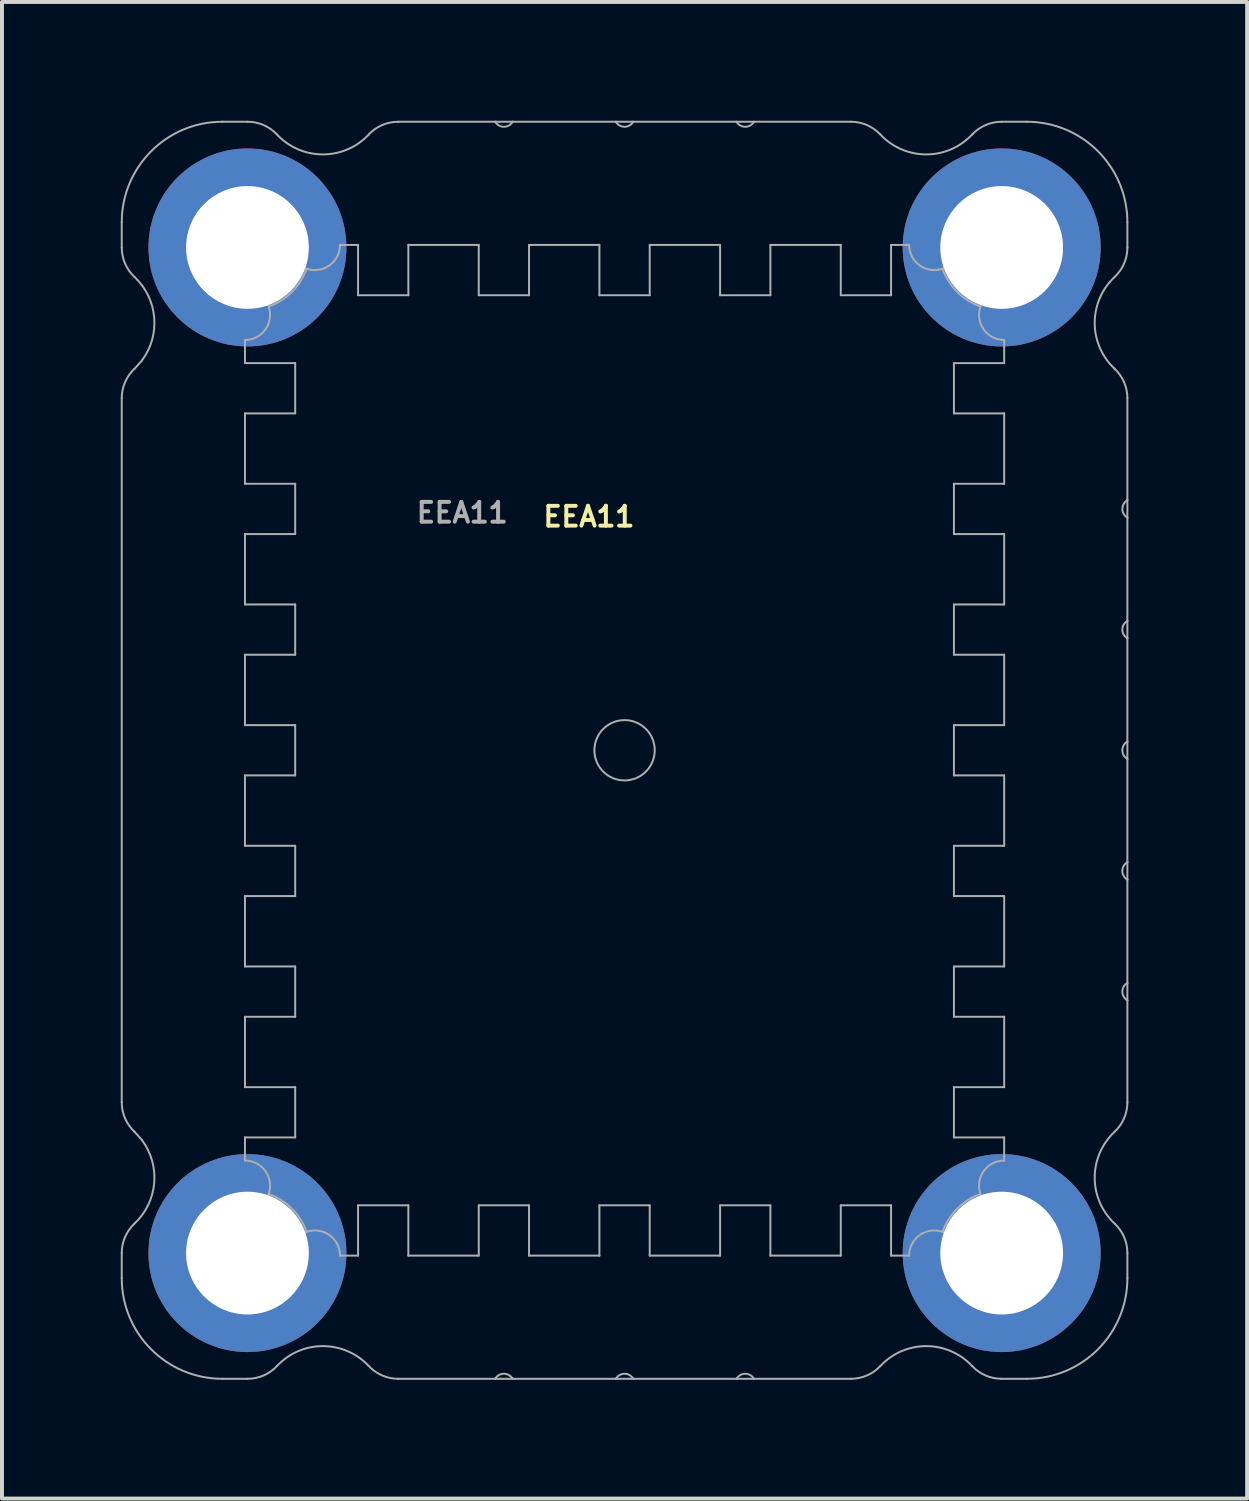
<source format=kicad_pcb>
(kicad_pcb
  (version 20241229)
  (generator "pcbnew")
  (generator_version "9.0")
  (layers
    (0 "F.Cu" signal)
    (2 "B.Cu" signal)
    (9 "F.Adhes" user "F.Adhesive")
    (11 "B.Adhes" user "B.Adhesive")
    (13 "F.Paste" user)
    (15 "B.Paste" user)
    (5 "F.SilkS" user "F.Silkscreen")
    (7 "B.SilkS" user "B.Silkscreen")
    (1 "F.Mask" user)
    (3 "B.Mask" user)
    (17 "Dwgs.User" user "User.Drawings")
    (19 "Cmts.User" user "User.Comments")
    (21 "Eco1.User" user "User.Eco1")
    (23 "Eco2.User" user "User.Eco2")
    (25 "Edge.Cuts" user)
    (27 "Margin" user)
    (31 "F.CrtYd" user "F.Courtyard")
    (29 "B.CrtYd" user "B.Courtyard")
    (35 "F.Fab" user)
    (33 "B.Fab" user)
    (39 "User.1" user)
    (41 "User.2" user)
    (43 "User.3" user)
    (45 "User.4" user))
  (footprint "EEA11"
    (layer "F.Cu")
    (at 12.725 15.9)
    (property "Reference" "EEA11" (at -0.9 -5.9 0) (layer "F.SilkS") (effects (font (size 0.5 0.5) (thickness 0.1))))
    (attr through_hole)
    (fp_line (start -12.7 -13.335) (end -12.7 -12.697) (stroke (width 0.05) (type solid)) (layer "F.Fab"))
    (fp_line (start -12.7 8.893) (end -12.7 -8.893) (stroke (width 0.05) (type solid)) (layer "F.Fab"))
    (fp_line (start -12.7 12.697) (end -12.7 13.335) (stroke (width 0.05) (type solid)) (layer "F.Fab"))
    (fp_line (start -12.378 9.635) (end -12.192 9.842) (stroke (width 0.05) (type solid)) (layer "F.Fab"))
    (fp_line (start -12.192 -9.842) (end -12.378 -9.635) (stroke (width 0.05) (type solid)) (layer "F.Fab"))
    (fp_line (start -10.16 15.875) (end -9.522 15.875) (stroke (width 0.05) (type solid)) (layer "F.Fab"))
    (fp_line (start -9.588 -10.363) (end -9.588 -9.779) (stroke (width 0.05) (type solid)) (layer "F.Fab"))
    (fp_line (start -9.588 -9.779) (end -8.319 -9.779) (stroke (width 0.05) (type solid)) (layer "F.Fab"))
    (fp_line (start -9.588 -8.509) (end -9.588 -6.731) (stroke (width 0.05) (type solid)) (layer "F.Fab"))
    (fp_line (start -9.588 -6.731) (end -8.319 -6.731) (stroke (width 0.05) (type solid)) (layer "F.Fab"))
    (fp_line (start -9.588 -5.461) (end -9.588 -3.683) (stroke (width 0.05) (type solid)) (layer "F.Fab"))
    (fp_line (start -9.588 -3.683) (end -8.319 -3.683) (stroke (width 0.05) (type solid)) (layer "F.Fab"))
    (fp_line (start -9.588 -2.413) (end -9.588 -0.635) (stroke (width 0.05) (type solid)) (layer "F.Fab"))
    (fp_line (start -9.588 -0.635) (end -8.319 -0.635) (stroke (width 0.05) (type solid)) (layer "F.Fab"))
    (fp_line (start -9.588 0.635) (end -9.588 2.413) (stroke (width 0.05) (type solid)) (layer "F.Fab"))
    (fp_line (start -9.588 2.413) (end -8.319 2.413) (stroke (width 0.05) (type solid)) (layer "F.Fab"))
    (fp_line (start -9.588 3.683) (end -9.588 5.461) (stroke (width 0.05) (type solid)) (layer "F.Fab"))
    (fp_line (start -9.588 5.461) (end -8.319 5.461) (stroke (width 0.05) (type solid)) (layer "F.Fab"))
    (fp_line (start -9.588 6.731) (end -9.588 8.509) (stroke (width 0.05) (type solid)) (layer "F.Fab"))
    (fp_line (start -9.588 8.509) (end -8.319 8.509) (stroke (width 0.05) (type solid)) (layer "F.Fab"))
    (fp_line (start -9.588 9.779) (end -9.588 10.363) (stroke (width 0.05) (type solid)) (layer "F.Fab"))
    (fp_line (start -9.522 -15.875) (end -10.16 -15.875) (stroke (width 0.05) (type solid)) (layer "F.Fab"))
    (fp_line (start -9.144 -11.519) (end -9.224 -11.503) (stroke (width 0.05) (type solid)) (layer "F.Fab"))
    (fp_line (start -8.319 -9.779) (end -8.319 -8.509) (stroke (width 0.05) (type solid)) (layer "F.Fab"))
    (fp_line (start -8.319 -8.509) (end -9.588 -8.509) (stroke (width 0.05) (type solid)) (layer "F.Fab"))
    (fp_line (start -8.319 -6.731) (end -8.319 -5.461) (stroke (width 0.05) (type solid)) (layer "F.Fab"))
    (fp_line (start -8.319 -5.461) (end -9.588 -5.461) (stroke (width 0.05) (type solid)) (layer "F.Fab"))
    (fp_line (start -8.319 -3.683) (end -8.319 -2.413) (stroke (width 0.05) (type solid)) (layer "F.Fab"))
    (fp_line (start -8.319 -2.413) (end -9.588 -2.413) (stroke (width 0.05) (type solid)) (layer "F.Fab"))
    (fp_line (start -8.319 -0.635) (end -8.319 0.635) (stroke (width 0.05) (type solid)) (layer "F.Fab"))
    (fp_line (start -8.319 0.635) (end -9.588 0.635) (stroke (width 0.05) (type solid)) (layer "F.Fab"))
    (fp_line (start -8.319 2.413) (end -8.319 3.683) (stroke (width 0.05) (type solid)) (layer "F.Fab"))
    (fp_line (start -8.319 3.683) (end -9.588 3.683) (stroke (width 0.05) (type solid)) (layer "F.Fab"))
    (fp_line (start -8.319 5.461) (end -8.319 6.731) (stroke (width 0.05) (type solid)) (layer "F.Fab"))
    (fp_line (start -8.319 6.731) (end -9.588 6.731) (stroke (width 0.05) (type solid)) (layer "F.Fab"))
    (fp_line (start -8.319 8.509) (end -8.319 9.779) (stroke (width 0.05) (type solid)) (layer "F.Fab"))
    (fp_line (start -8.319 9.779) (end -9.588 9.779) (stroke (width 0.05) (type solid)) (layer "F.Fab"))
    (fp_line (start -7.188 12.764) (end -6.731 12.764) (stroke (width 0.05) (type solid)) (layer "F.Fab"))
    (fp_line (start -6.731 -12.764) (end -7.188 -12.764) (stroke (width 0.05) (type solid)) (layer "F.Fab"))
    (fp_line (start -6.731 -11.493) (end -6.731 -12.764) (stroke (width 0.05) (type solid)) (layer "F.Fab"))
    (fp_line (start -6.731 11.493) (end -5.461 11.493) (stroke (width 0.05) (type solid)) (layer "F.Fab"))
    (fp_line (start -6.731 12.764) (end -6.731 11.493) (stroke (width 0.05) (type solid)) (layer "F.Fab"))
    (fp_line (start -5.718 15.875) (end -3.268 15.875) (stroke (width 0.05) (type solid)) (layer "F.Fab"))
    (fp_line (start -5.461 -12.764) (end -5.461 -11.493) (stroke (width 0.05) (type solid)) (layer "F.Fab"))
    (fp_line (start -5.461 -11.493) (end -6.731 -11.493) (stroke (width 0.05) (type solid)) (layer "F.Fab"))
    (fp_line (start -5.461 11.493) (end -5.461 12.764) (stroke (width 0.05) (type solid)) (layer "F.Fab"))
    (fp_line (start -5.461 12.764) (end -3.683 12.764) (stroke (width 0.05) (type solid)) (layer "F.Fab"))
    (fp_line (start -3.683 -12.764) (end -5.461 -12.764) (stroke (width 0.05) (type solid)) (layer "F.Fab"))
    (fp_line (start -3.683 -11.493) (end -3.683 -12.764) (stroke (width 0.05) (type solid)) (layer "F.Fab"))
    (fp_line (start -3.683 11.493) (end -2.413 11.493) (stroke (width 0.05) (type solid)) (layer "F.Fab"))
    (fp_line (start -3.683 12.764) (end -3.683 11.493) (stroke (width 0.05) (type solid)) (layer "F.Fab"))
    (fp_line (start -3.268 -15.875) (end -5.718 -15.875) (stroke (width 0.05) (type solid)) (layer "F.Fab"))
    (fp_line (start -3.268 -15.875) (end -2.828 -15.875) (stroke (width 0.05) (type solid)) (layer "F.Fab"))
    (fp_line (start -2.828 15.875) (end -3.268 15.875) (stroke (width 0.05) (type solid)) (layer "F.Fab"))
    (fp_line (start -2.828 15.875) (end -0.22 15.875) (stroke (width 0.05) (type solid)) (layer "F.Fab"))
    (fp_line (start -2.413 -12.764) (end -2.413 -11.493) (stroke (width 0.05) (type solid)) (layer "F.Fab"))
    (fp_line (start -2.413 -11.493) (end -3.683 -11.493) (stroke (width 0.05) (type solid)) (layer "F.Fab"))
    (fp_line (start -2.413 11.493) (end -2.413 12.764) (stroke (width 0.05) (type solid)) (layer "F.Fab"))
    (fp_line (start -2.413 12.764) (end -0.635 12.764) (stroke (width 0.05) (type solid)) (layer "F.Fab"))
    (fp_line (start -0.635 -12.764) (end -2.413 -12.764) (stroke (width 0.05) (type solid)) (layer "F.Fab"))
    (fp_line (start -0.635 -11.493) (end -0.635 -12.764) (stroke (width 0.05) (type solid)) (layer "F.Fab"))
    (fp_line (start -0.635 11.493) (end 0.635 11.493) (stroke (width 0.05) (type solid)) (layer "F.Fab"))
    (fp_line (start -0.635 12.764) (end -0.635 11.493) (stroke (width 0.05) (type solid)) (layer "F.Fab"))
    (fp_line (start -0.22 -15.875) (end -2.828 -15.875) (stroke (width 0.05) (type solid)) (layer "F.Fab"))
    (fp_line (start -0.22 -15.875) (end 0.22 -15.875) (stroke (width 0.05) (type solid)) (layer "F.Fab"))
    (fp_line (start 0.22 15.875) (end -0.22 15.875) (stroke (width 0.05) (type solid)) (layer "F.Fab"))
    (fp_line (start 0.22 15.875) (end 2.828 15.875) (stroke (width 0.05) (type solid)) (layer "F.Fab"))
    (fp_line (start 0.635 -12.764) (end 0.635 -11.493) (stroke (width 0.05) (type solid)) (layer "F.Fab"))
    (fp_line (start 0.635 -11.493) (end -0.635 -11.493) (stroke (width 0.05) (type solid)) (layer "F.Fab"))
    (fp_line (start 0.635 11.493) (end 0.635 12.764) (stroke (width 0.05) (type solid)) (layer "F.Fab"))
    (fp_line (start 0.635 12.764) (end 2.413 12.764) (stroke (width 0.05) (type solid)) (layer "F.Fab"))
    (fp_line (start 2.413 -12.764) (end 0.635 -12.764) (stroke (width 0.05) (type solid)) (layer "F.Fab"))
    (fp_line (start 2.413 -11.493) (end 2.413 -12.764) (stroke (width 0.05) (type solid)) (layer "F.Fab"))
    (fp_line (start 2.413 11.493) (end 3.683 11.493) (stroke (width 0.05) (type solid)) (layer "F.Fab"))
    (fp_line (start 2.413 12.764) (end 2.413 11.493) (stroke (width 0.05) (type solid)) (layer "F.Fab"))
    (fp_line (start 2.828 -15.875) (end 0.22 -15.875) (stroke (width 0.05) (type solid)) (layer "F.Fab"))
    (fp_line (start 2.828 -15.875) (end 3.268 -15.875) (stroke (width 0.05) (type solid)) (layer "F.Fab"))
    (fp_line (start 3.268 15.875) (end 2.828 15.875) (stroke (width 0.05) (type solid)) (layer "F.Fab"))
    (fp_line (start 3.268 15.875) (end 5.718 15.875) (stroke (width 0.05) (type solid)) (layer "F.Fab"))
    (fp_line (start 3.683 -12.764) (end 3.683 -11.493) (stroke (width 0.05) (type solid)) (layer "F.Fab"))
    (fp_line (start 3.683 -11.493) (end 2.413 -11.493) (stroke (width 0.05) (type solid)) (layer "F.Fab"))
    (fp_line (start 3.683 11.493) (end 3.683 12.764) (stroke (width 0.05) (type solid)) (layer "F.Fab"))
    (fp_line (start 3.683 12.764) (end 5.461 12.764) (stroke (width 0.05) (type solid)) (layer "F.Fab"))
    (fp_line (start 5.461 -12.764) (end 3.683 -12.764) (stroke (width 0.05) (type solid)) (layer "F.Fab"))
    (fp_line (start 5.461 -11.493) (end 5.461 -12.764) (stroke (width 0.05) (type solid)) (layer "F.Fab"))
    (fp_line (start 5.461 11.493) (end 6.731 11.493) (stroke (width 0.05) (type solid)) (layer "F.Fab"))
    (fp_line (start 5.461 12.764) (end 5.461 11.493) (stroke (width 0.05) (type solid)) (layer "F.Fab"))
    (fp_line (start 5.718 -15.875) (end 3.268 -15.875) (stroke (width 0.05) (type solid)) (layer "F.Fab"))
    (fp_line (start 6.731 -12.764) (end 6.731 -11.493) (stroke (width 0.05) (type solid)) (layer "F.Fab"))
    (fp_line (start 6.731 -11.493) (end 5.461 -11.493) (stroke (width 0.05) (type solid)) (layer "F.Fab"))
    (fp_line (start 6.731 11.493) (end 6.731 12.764) (stroke (width 0.05) (type solid)) (layer "F.Fab"))
    (fp_line (start 6.731 12.764) (end 7.188 12.764) (stroke (width 0.05) (type solid)) (layer "F.Fab"))
    (fp_line (start 7.188 -12.764) (end 6.731 -12.764) (stroke (width 0.05) (type solid)) (layer "F.Fab"))
    (fp_line (start 8.319 -9.779) (end 9.588 -9.779) (stroke (width 0.05) (type solid)) (layer "F.Fab"))
    (fp_line (start 8.319 -8.509) (end 8.319 -9.779) (stroke (width 0.05) (type solid)) (layer "F.Fab"))
    (fp_line (start 8.319 -6.731) (end 9.588 -6.731) (stroke (width 0.05) (type solid)) (layer "F.Fab"))
    (fp_line (start 8.319 -5.461) (end 8.319 -6.731) (stroke (width 0.05) (type solid)) (layer "F.Fab"))
    (fp_line (start 8.319 -3.683) (end 9.588 -3.683) (stroke (width 0.05) (type solid)) (layer "F.Fab"))
    (fp_line (start 8.319 -2.413) (end 8.319 -3.683) (stroke (width 0.05) (type solid)) (layer "F.Fab"))
    (fp_line (start 8.319 -0.635) (end 9.588 -0.635) (stroke (width 0.05) (type solid)) (layer "F.Fab"))
    (fp_line (start 8.319 0.635) (end 8.319 -0.635) (stroke (width 0.05) (type solid)) (layer "F.Fab"))
    (fp_line (start 8.319 2.413) (end 9.588 2.413) (stroke (width 0.05) (type solid)) (layer "F.Fab"))
    (fp_line (start 8.319 3.683) (end 8.319 2.413) (stroke (width 0.05) (type solid)) (layer "F.Fab"))
    (fp_line (start 8.319 5.461) (end 9.588 5.461) (stroke (width 0.05) (type solid)) (layer "F.Fab"))
    (fp_line (start 8.319 6.731) (end 8.319 5.461) (stroke (width 0.05) (type solid)) (layer "F.Fab"))
    (fp_line (start 8.319 8.509) (end 9.588 8.509) (stroke (width 0.05) (type solid)) (layer "F.Fab"))
    (fp_line (start 8.319 9.779) (end 8.319 8.509) (stroke (width 0.05) (type solid)) (layer "F.Fab"))
    (fp_line (start 9.522 15.875) (end 10.16 15.875) (stroke (width 0.05) (type solid)) (layer "F.Fab"))
    (fp_line (start 9.588 -9.779) (end 9.588 -10.363) (stroke (width 0.05) (type solid)) (layer "F.Fab"))
    (fp_line (start 9.588 -8.509) (end 8.319 -8.509) (stroke (width 0.05) (type solid)) (layer "F.Fab"))
    (fp_line (start 9.588 -6.731) (end 9.588 -8.509) (stroke (width 0.05) (type solid)) (layer "F.Fab"))
    (fp_line (start 9.588 -5.461) (end 8.319 -5.461) (stroke (width 0.05) (type solid)) (layer "F.Fab"))
    (fp_line (start 9.588 -3.683) (end 9.588 -5.461) (stroke (width 0.05) (type solid)) (layer "F.Fab"))
    (fp_line (start 9.588 -2.413) (end 8.319 -2.413) (stroke (width 0.05) (type solid)) (layer "F.Fab"))
    (fp_line (start 9.588 -0.635) (end 9.588 -2.413) (stroke (width 0.05) (type solid)) (layer "F.Fab"))
    (fp_line (start 9.588 0.635) (end 8.319 0.635) (stroke (width 0.05) (type solid)) (layer "F.Fab"))
    (fp_line (start 9.588 2.413) (end 9.588 0.635) (stroke (width 0.05) (type solid)) (layer "F.Fab"))
    (fp_line (start 9.588 3.683) (end 8.319 3.683) (stroke (width 0.05) (type solid)) (layer "F.Fab"))
    (fp_line (start 9.588 5.461) (end 9.588 3.683) (stroke (width 0.05) (type solid)) (layer "F.Fab"))
    (fp_line (start 9.588 6.731) (end 8.319 6.731) (stroke (width 0.05) (type solid)) (layer "F.Fab"))
    (fp_line (start 9.588 8.509) (end 9.588 6.731) (stroke (width 0.05) (type solid)) (layer "F.Fab"))
    (fp_line (start 9.588 9.779) (end 8.319 9.779) (stroke (width 0.05) (type solid)) (layer "F.Fab"))
    (fp_line (start 9.588 10.363) (end 9.588 9.779) (stroke (width 0.05) (type solid)) (layer "F.Fab"))
    (fp_line (start 10.16 -15.875) (end 9.522 -15.875) (stroke (width 0.05) (type solid)) (layer "F.Fab"))
    (fp_line (start 10.6 13.353) (end 10.638 13.275) (stroke (width 0.05) (type solid)) (layer "F.Fab"))
    (fp_line (start 12.7 -12.697) (end 12.7 -13.335) (stroke (width 0.05) (type solid)) (layer "F.Fab"))
    (fp_line (start 12.7 -6.316) (end 12.7 -8.893) (stroke (width 0.05) (type solid)) (layer "F.Fab"))
    (fp_line (start 12.7 -6.316) (end 12.7 -5.876) (stroke (width 0.05) (type solid)) (layer "F.Fab"))
    (fp_line (start 12.7 -3.268) (end 12.7 -5.876) (stroke (width 0.05) (type solid)) (layer "F.Fab"))
    (fp_line (start 12.7 -3.268) (end 12.7 -2.828) (stroke (width 0.05) (type solid)) (layer "F.Fab"))
    (fp_line (start 12.7 -0.22) (end 12.7 -2.828) (stroke (width 0.05) (type solid)) (layer "F.Fab"))
    (fp_line (start 12.7 -0.22) (end 12.7 0.22) (stroke (width 0.05) (type solid)) (layer "F.Fab"))
    (fp_line (start 12.7 2.828) (end 12.7 0.22) (stroke (width 0.05) (type solid)) (layer "F.Fab"))
    (fp_line (start 12.7 2.828) (end 12.7 3.268) (stroke (width 0.05) (type solid)) (layer "F.Fab"))
    (fp_line (start 12.7 5.876) (end 12.7 3.268) (stroke (width 0.05) (type solid)) (layer "F.Fab"))
    (fp_line (start 12.7 5.876) (end 12.7 6.316) (stroke (width 0.05) (type solid)) (layer "F.Fab"))
    (fp_line (start 12.7 8.893) (end 12.7 6.316) (stroke (width 0.05) (type solid)) (layer "F.Fab"))
    (fp_line (start 12.7 13.335) (end 12.7 12.697) (stroke (width 0.05) (type solid)) (layer "F.Fab"))
    (fp_arc (start -12.700001 -8.893177) (mid -12.615991 -9.297715) (end -12.377854 -9.635352) (stroke (width 0.05) (type solid)) (layer "F.Fab"))
    (fp_arc (start -12.700001 12.696823) (mid -12.615991 12.292285) (end -12.377854 11.954648) (stroke (width 0.05) (type solid)) (layer "F.Fab"))
    (fp_arc (start -12.7 -13.335) (mid -11.956051 -15.131051) (end -10.16 -15.875) (stroke (width 0.05) (type solid)) (layer "F.Fab"))
    (fp_arc (start -12.377854 -11.954648) (mid -11.88061 -10.934151) (end -12.192 -9.8425) (stroke (width 0.05) (type solid)) (layer "F.Fab"))
    (fp_arc (start -12.377854 -11.954647) (mid -12.615991 -12.292285) (end -12.7 -12.696822) (stroke (width 0.05) (type solid)) (layer "F.Fab"))
    (fp_arc (start -12.377854 9.635353) (mid -12.615991 9.297715) (end -12.7 8.893178) (stroke (width 0.05) (type solid)) (layer "F.Fab"))
    (fp_arc (start -12.192 9.8425) (mid -11.88061 10.934151) (end -12.377854 11.954648) (stroke (width 0.05) (type solid)) (layer "F.Fab"))
    (fp_arc (start -10.616443 -13.233513) (mid -10.587554 -13.762553) (end -10.058514 -13.791442) (stroke (width 0.05) (type solid)) (layer "F.Fab"))
    (fp_arc (start -10.616442 13.233514) (mid -10.539509 12.152631) (end -9.5885 11.6332) (stroke (width 0.05) (type solid)) (layer "F.Fab"))
    (fp_arc (start -10.16 15.875) (mid -11.956051 15.131051) (end -12.7 13.335) (stroke (width 0.05) (type solid)) (layer "F.Fab"))
    (fp_arc (start -10.058514 -13.791442) (mid -8.977631 -13.714509) (end -8.4582 -12.7635) (stroke (width 0.05) (type solid)) (layer "F.Fab"))
    (fp_arc (start -10.058514 13.791443) (mid -10.587554 13.762554) (end -10.616443 13.233514) (stroke (width 0.05) (type solid)) (layer "F.Fab"))
    (fp_arc (start -9.5885 -11.6332) (mid -8.9535 -10.9982) (end -9.5885 -10.3632) (stroke (width 0.05) (type solid)) (layer "F.Fab"))
    (fp_arc (start -9.5885 10.3632) (mid -8.9535 10.9982) (end -9.5885 11.6332) (stroke (width 0.05) (type solid)) (layer "F.Fab"))
    (fp_arc (start -9.588499 -11.6332) (mid -10.539508 -12.15263) (end -10.616443 -13.233513) (stroke (width 0.05) (type solid)) (layer "F.Fab"))
    (fp_arc (start -9.521822 -15.875) (mid -9.117285 -15.79099) (end -8.779648 -15.552853) (stroke (width 0.05) (type solid)) (layer "F.Fab"))
    (fp_arc (start -8.988437 11.205926) (mid -8.402467 11.577468) (end -8.030926 12.163438) (stroke (width 0.05) (type solid)) (layer "F.Fab"))
    (fp_arc (start -8.779648 15.552854) (mid -9.117286 15.790991) (end -9.521823 15.875) (stroke (width 0.05) (type solid)) (layer "F.Fab"))
    (fp_arc (start -8.779647 15.552854) (mid -7.62 15.049501) (end -6.460353 15.552854) (stroke (width 0.05) (type solid)) (layer "F.Fab"))
    (fp_arc (start -8.682858 12.345663) (mid -8.611349 12.7) (end -8.682858 13.054337) (stroke (width 0.05) (type solid)) (layer "F.Fab"))
    (fp_arc (start -8.682858 13.054337) (mid -10.438651 12.7) (end -8.682858 12.345663) (stroke (width 0.05) (type solid)) (layer "F.Fab"))
    (fp_arc (start -8.68262 -13.053771) (mid -8.611349 -12.699693) (end -8.682858 -12.345663) (stroke (width 0.05) (type solid)) (layer "F.Fab"))
    (fp_arc (start -8.68262 -12.346229) (mid -10.438651 -12.699693) (end -8.682858 -13.054337) (stroke (width 0.05) (type solid)) (layer "F.Fab"))
    (fp_arc (start -8.4582 12.7635) (mid -7.8232 12.1285) (end -7.1882 12.7635) (stroke (width 0.05) (type solid)) (layer "F.Fab"))
    (fp_arc (start -8.458199 12.7635) (mid -8.977631 13.714509) (end -10.058514 13.791443) (stroke (width 0.05) (type solid)) (layer "F.Fab"))
    (fp_arc (start -8.450315 -12.047424) (mid -8.765029 -11.698377) (end -9.185931 -11.489283) (stroke (width 0.05) (type solid)) (layer "F.Fab"))
    (fp_arc (start -8.030926 -12.163437) (mid -8.402468 -11.577467) (end -8.988438 -11.205926) (stroke (width 0.05) (type solid)) (layer "F.Fab"))
    (fp_arc (start -7.1882 -12.7635) (mid -7.8232 -12.1285) (end -8.4582 -12.7635) (stroke (width 0.05) (type solid)) (layer "F.Fab"))
    (fp_arc (start -6.460353 -15.552854) (mid -6.122715 -15.790991) (end -5.718178 -15.875) (stroke (width 0.05) (type solid)) (layer "F.Fab"))
    (fp_arc (start -6.460352 -15.552853) (mid -7.62 -15.049499) (end -8.779648 -15.552853) (stroke (width 0.05) (type solid)) (layer "F.Fab"))
    (fp_arc (start -5.718178 15.875001) (mid -6.122716 15.790991) (end -6.460353 15.552854) (stroke (width 0.05) (type solid)) (layer "F.Fab"))
    (fp_arc (start -3.26797 15.875) (mid -3.048 15.748) (end -2.82803 15.875) (stroke (width 0.05) (type solid)) (layer "F.Fab"))
    (fp_arc (start -2.828029 -15.875) (mid -3.048 -15.748) (end -3.267971 -15.875) (stroke (width 0.05) (type solid)) (layer "F.Fab"))
    (fp_arc (start -0.21997 15.875) (mid 0 15.748) (end 0.21997 15.875) (stroke (width 0.05) (type solid)) (layer "F.Fab"))
    (fp_arc (start 0.219971 -15.875) (mid 0 -15.748) (end -0.219971 -15.875) (stroke (width 0.05) (type solid)) (layer "F.Fab"))
    (fp_arc (start 2.82803 15.875) (mid 3.048 15.748) (end 3.26797 15.875) (stroke (width 0.05) (type solid)) (layer "F.Fab"))
    (fp_arc (start 3.267971 -15.875) (mid 3.048 -15.748) (end 2.828029 -15.875) (stroke (width 0.05) (type solid)) (layer "F.Fab"))
    (fp_arc (start 5.718178 -15.875) (mid 6.122715 -15.79099) (end 6.460352 -15.552853) (stroke (width 0.05) (type solid)) (layer "F.Fab"))
    (fp_arc (start 6.460352 15.552854) (mid 6.122714 15.790991) (end 5.718177 15.875) (stroke (width 0.05) (type solid)) (layer "F.Fab"))
    (fp_arc (start 6.460353 15.552854) (mid 7.62 15.049501) (end 8.779647 15.552854) (stroke (width 0.05) (type solid)) (layer "F.Fab"))
    (fp_arc (start 7.1882 12.7635) (mid 7.8232 12.1285) (end 8.4582 12.7635) (stroke (width 0.05) (type solid)) (layer "F.Fab"))
    (fp_arc (start 8.030926 12.163438) (mid 8.402468 11.577468) (end 8.988437 11.205926) (stroke (width 0.05) (type solid)) (layer "F.Fab"))
    (fp_arc (start 8.4582 -12.7635) (mid 7.8232 -12.1285) (end 7.1882 -12.7635) (stroke (width 0.05) (type solid)) (layer "F.Fab"))
    (fp_arc (start 8.4582 -12.7635) (mid 8.977631 -13.714508) (end 10.058513 -13.791442) (stroke (width 0.05) (type solid)) (layer "F.Fab"))
    (fp_arc (start 8.779647 -15.552854) (mid 9.117285 -15.790991) (end 9.521822 -15.875) (stroke (width 0.05) (type solid)) (layer "F.Fab"))
    (fp_arc (start 8.779648 -15.552853) (mid 7.62 -15.049499) (end 6.460352 -15.552853) (stroke (width 0.05) (type solid)) (layer "F.Fab"))
    (fp_arc (start 8.988438 -11.205926) (mid 8.402468 -11.577468) (end 8.030926 -12.163437) (stroke (width 0.05) (type solid)) (layer "F.Fab"))
    (fp_arc (start 9.521822 15.875001) (mid 9.117284 15.790991) (end 8.779647 15.552854) (stroke (width 0.05) (type solid)) (layer "F.Fab"))
    (fp_arc (start 9.5885 -10.3632) (mid 8.9535 -10.9982) (end 9.5885 -11.6332) (stroke (width 0.05) (type solid)) (layer "F.Fab"))
    (fp_arc (start 9.5885 11.6332) (mid 8.9535 10.9982) (end 9.5885 10.3632) (stroke (width 0.05) (type solid)) (layer "F.Fab"))
    (fp_arc (start 9.588501 11.6332) (mid 10.539509 12.152632) (end 10.616442 13.233514) (stroke (width 0.05) (type solid)) (layer "F.Fab"))
    (fp_arc (start 10.058513 -13.791442) (mid 10.587553 -13.762553) (end 10.616442 -13.233513) (stroke (width 0.05) (type solid)) (layer "F.Fab"))
    (fp_arc (start 10.058514 13.791442) (mid 8.977631 13.714509) (end 8.4582 12.7635) (stroke (width 0.05) (type solid)) (layer "F.Fab"))
    (fp_arc (start 10.16 -15.875) (mid 11.956051 -15.131051) (end 12.7 -13.335) (stroke (width 0.05) (type solid)) (layer "F.Fab"))
    (fp_arc (start 10.367142 -13.054337) (mid 10.438651 -12.7) (end 10.367142 -12.345663) (stroke (width 0.05) (type solid)) (layer "F.Fab"))
    (fp_arc (start 10.367142 -12.345663) (mid 8.611349 -12.7) (end 10.367142 -13.054337) (stroke (width 0.05) (type solid)) (layer "F.Fab"))
    (fp_arc (start 10.367142 12.345663) (mid 10.438651 12.7) (end 10.367142 13.054337) (stroke (width 0.05) (type solid)) (layer "F.Fab"))
    (fp_arc (start 10.367142 13.054337) (mid 8.611349 12.7) (end 10.367142 12.345663) (stroke (width 0.05) (type solid)) (layer "F.Fab"))
    (fp_arc (start 10.599686 13.352576) (mid 10.381157 13.620761) (end 10.09781 13.819238) (stroke (width 0.05) (type solid)) (layer "F.Fab"))
    (fp_arc (start 10.616442 -13.233514) (mid 10.539509 -12.152631) (end 9.5885 -11.6332) (stroke (width 0.05) (type solid)) (layer "F.Fab"))
    (fp_arc (start 10.616442 13.233514) (mid 10.587553 13.762554) (end 10.058513 13.791443) (stroke (width 0.05) (type solid)) (layer "F.Fab"))
    (fp_arc (start 12.377854 -9.635352) (mid 11.8745 -10.794999) (end 12.377853 -11.954647) (stroke (width 0.05) (type solid)) (layer "F.Fab"))
    (fp_arc (start 12.377854 -9.635352) (mid 12.615991 -9.297714) (end 12.7 -8.893177) (stroke (width 0.05) (type solid)) (layer "F.Fab"))
    (fp_arc (start 12.377854 11.954648) (mid 11.8745 10.795001) (end 12.377853 9.635353) (stroke (width 0.05) (type solid)) (layer "F.Fab"))
    (fp_arc (start 12.377854 11.954648) (mid 12.615991 12.292286) (end 12.7 12.696823) (stroke (width 0.05) (type solid)) (layer "F.Fab"))
    (fp_arc (start 12.7 -12.696821) (mid 12.61599 -12.292284) (end 12.377853 -11.954647) (stroke (width 0.05) (type solid)) (layer "F.Fab"))
    (fp_arc (start 12.7 -5.87603) (mid 12.573 -6.096) (end 12.7 -6.31597) (stroke (width 0.05) (type solid)) (layer "F.Fab"))
    (fp_arc (start 12.7 -2.82803) (mid 12.573 -3.048) (end 12.7 -3.26797) (stroke (width 0.05) (type solid)) (layer "F.Fab"))
    (fp_arc (start 12.7 0.21997) (mid 12.573 0) (end 12.7 -0.21997) (stroke (width 0.05) (type solid)) (layer "F.Fab"))
    (fp_arc (start 12.7 3.26797) (mid 12.573 3.048) (end 12.7 2.82803) (stroke (width 0.05) (type solid)) (layer "F.Fab"))
    (fp_arc (start 12.7 6.31597) (mid 12.573 6.096) (end 12.7 5.87603) (stroke (width 0.05) (type solid)) (layer "F.Fab"))
    (fp_arc (start 12.7 8.893179) (mid 12.61599 9.297716) (end 12.377853 9.635353) (stroke (width 0.05) (type solid)) (layer "F.Fab"))
    (fp_arc (start 12.7 13.335) (mid 11.956051 15.131051) (end 10.16 15.875) (stroke (width 0.05) (type solid)) (layer "F.Fab"))
    (fp_circle (center 0 0) (end 0.762 0) (stroke (width 0.05) (type solid)) (fill no) (layer "F.Fab"))
    (fp_text user "${REFERENCE}" (at -4.1 -6 0) (layer "F.Fab") (effects (font (size 0.5 0.5) (thickness 0.1))))
    (pad "1" thru_hole circle (at -9.525 -12.7) (size 5 5) (drill 3.1) (layers "*.Cu" "*.Mask"))
    (pad "2" thru_hole circle (at -9.525 12.7) (size 5 5) (drill 3.1) (layers "*.Cu" "*.Mask"))
    (pad "3" thru_hole circle (at 9.525 -12.7) (size 5 5) (drill 3.1) (layers "*.Cu" "*.Mask"))
    (pad "4" thru_hole circle (at 9.525 12.7) (size 5 5) (drill 3.1) (layers "*.Cu" "*.Mask")))
  (gr_rect
    (start -3 -3)
    (end 28.45 34.8)
    (stroke (width 0.1) (type default))
    (fill no)
    (layer "Edge.Cuts")))
</source>
